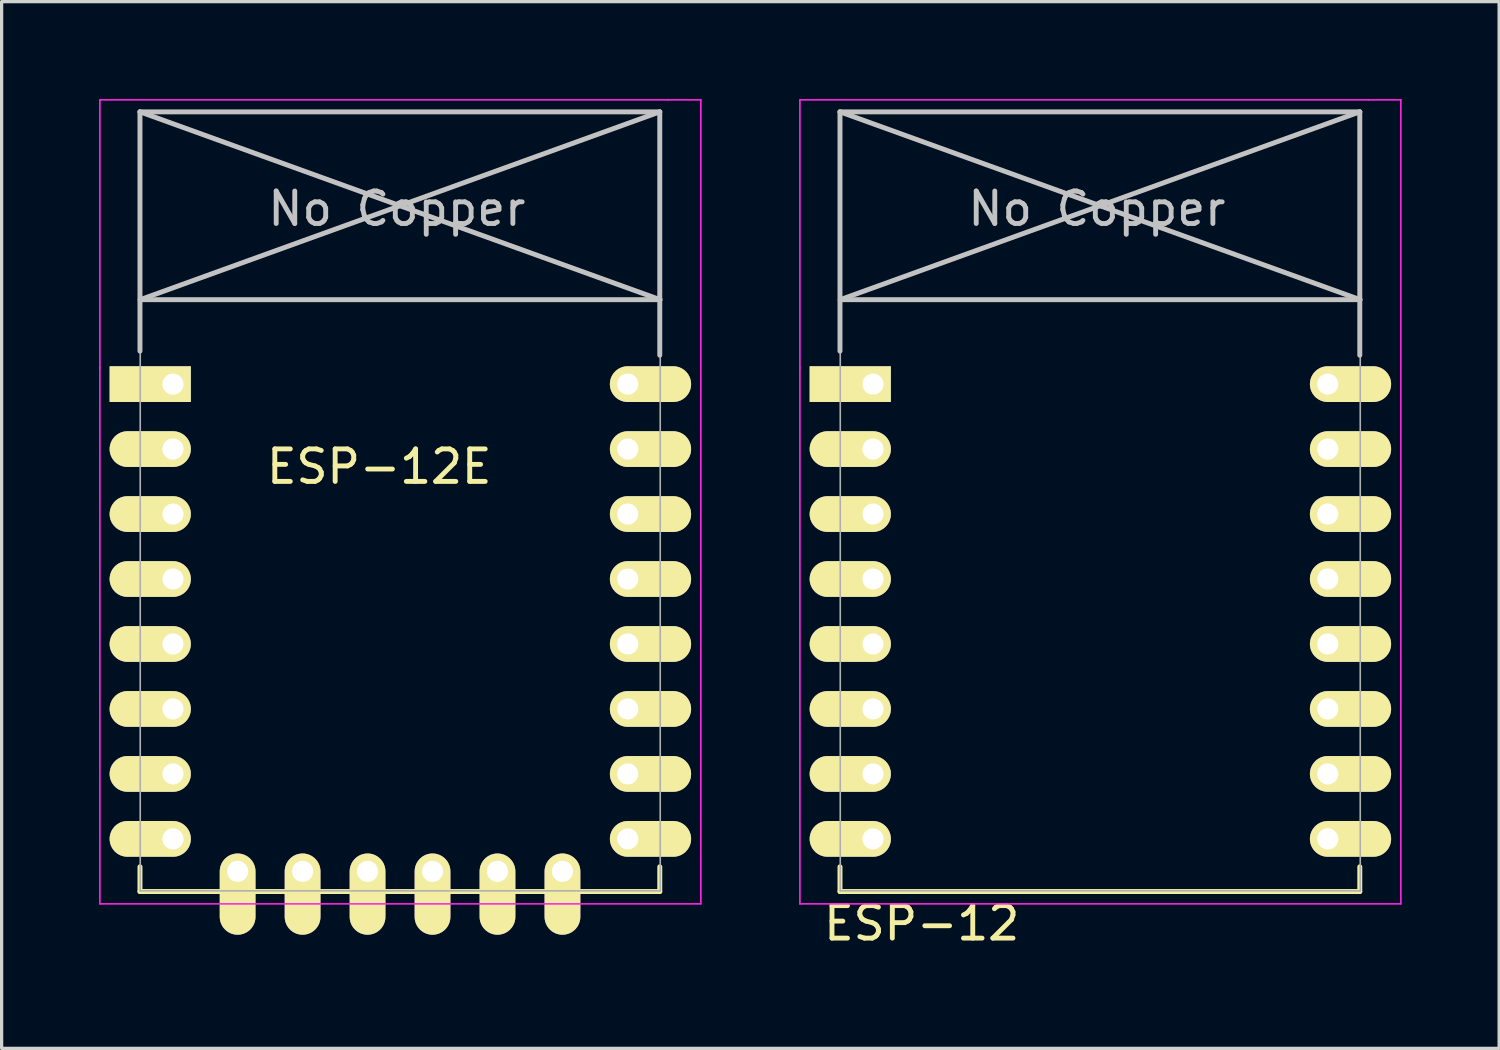
<source format=kicad_pcb>
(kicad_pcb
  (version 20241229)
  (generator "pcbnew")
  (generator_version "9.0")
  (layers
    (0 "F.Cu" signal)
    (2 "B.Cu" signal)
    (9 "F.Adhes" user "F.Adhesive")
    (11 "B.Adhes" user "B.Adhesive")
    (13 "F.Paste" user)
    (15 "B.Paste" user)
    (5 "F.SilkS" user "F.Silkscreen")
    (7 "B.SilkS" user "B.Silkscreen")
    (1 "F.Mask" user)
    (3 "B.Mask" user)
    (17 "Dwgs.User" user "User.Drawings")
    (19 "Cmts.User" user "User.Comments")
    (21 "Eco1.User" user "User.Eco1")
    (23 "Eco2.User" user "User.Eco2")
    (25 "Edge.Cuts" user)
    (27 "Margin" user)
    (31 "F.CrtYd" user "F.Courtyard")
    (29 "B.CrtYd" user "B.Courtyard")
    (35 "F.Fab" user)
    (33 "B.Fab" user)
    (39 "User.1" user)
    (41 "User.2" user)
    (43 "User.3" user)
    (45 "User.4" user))
  (footprint "ESP-12"
    (layer "F.Cu")
    (at 23.825 8.775)
    (property "Reference" "ESP-12" (at 1.5 16.6 0) (layer "F.SilkS") (effects (font (size 1 1) (thickness 0.15))))
    (attr through_hole)
    (fp_line (start -1.016 14.859) (end -1.016 15.621) (stroke (width 0.152) (type solid)) (layer "F.SilkS"))
    (fp_line (start -1.016 15.621) (end 14.986 15.621) (stroke (width 0.152) (type solid)) (layer "F.SilkS"))
    (fp_line (start 14.986 15.621) (end 14.986 14.859) (stroke (width 0.152) (type solid)) (layer "F.SilkS"))
    (fp_line (start -1.016 -8.382) (end -1.016 -1.016) (stroke (width 0.152) (type solid)) (layer "Dwgs.User"))
    (fp_line (start -1.016 -8.382) (end 14.986 -8.382) (stroke (width 0.152) (type solid)) (layer "Dwgs.User"))
    (fp_line (start -1.016 -8.382) (end 14.992 -2.6) (stroke (width 0.152) (type solid)) (layer "Dwgs.User"))
    (fp_line (start -1.008 -2.6) (end 14.992 -2.6) (stroke (width 0.152) (type solid)) (layer "Dwgs.User"))
    (fp_line (start 14.986 -8.382) (end -1.008 -2.6) (stroke (width 0.152) (type solid)) (layer "Dwgs.User"))
    (fp_line (start 14.986 -8.382) (end 14.986 -0.889) (stroke (width 0.152) (type solid)) (layer "Dwgs.User"))
    (fp_line (start -2.25 -8.75) (end 15.25 -8.75) (stroke (width 0.05) (type solid)) (layer "F.CrtYd"))
    (fp_line (start -2.25 -0.5) (end -2.25 -8.75) (stroke (width 0.05) (type solid)) (layer "F.CrtYd"))
    (fp_line (start -2.25 16) (end -2.25 -0.5) (stroke (width 0.05) (type solid)) (layer "F.CrtYd"))
    (fp_line (start 15.25 -8.75) (end 16.25 -8.75) (stroke (width 0.05) (type solid)) (layer "F.CrtYd"))
    (fp_line (start 16.25 -8.75) (end 16.25 16) (stroke (width 0.05) (type solid)) (layer "F.CrtYd"))
    (fp_line (start 16.25 16) (end -2.25 16) (stroke (width 0.05) (type solid)) (layer "F.CrtYd"))
    (fp_line (start -1.008 -8.4) (end 14.992 -8.4) (stroke (width 0.05) (type solid)) (layer "F.Fab"))
    (fp_line (start -1.008 15.6) (end -1.008 -8.4) (stroke (width 0.05) (type solid)) (layer "F.Fab"))
    (fp_line (start 14.992 15.6) (end -1.008 15.6) (stroke (width 0.05) (type solid)) (layer "F.Fab"))
    (fp_line (start 15 -8.4) (end 15 15.6) (stroke (width 0.05) (type solid)) (layer "F.Fab"))
    (fp_text user "No Copper" (at 6.892 -5.4 0) (layer "Dwgs.User") (effects (font (size 1 1) (thickness 0.15))))
    (pad "1" thru_hole rect (at 0 0) (size 2.5 1.1) (drill 0.65 (offset -0.7 0)) (layers "*.Cu" "*.Mask" "F.SilkS"))
    (pad "2" thru_hole oval (at 0 2) (size 2.5 1.1) (drill 0.65 (offset -0.7 0)) (layers "*.Cu" "*.Mask" "F.SilkS"))
    (pad "3" thru_hole oval (at 0 4) (size 2.5 1.1) (drill 0.65 (offset -0.7 0)) (layers "*.Cu" "*.Mask" "F.SilkS"))
    (pad "4" thru_hole oval (at 0 6) (size 2.5 1.1) (drill 0.65 (offset -0.7 0)) (layers "*.Cu" "*.Mask" "F.SilkS"))
    (pad "5" thru_hole oval (at 0 8) (size 2.5 1.1) (drill 0.65 (offset -0.7 0)) (layers "*.Cu" "*.Mask" "F.SilkS"))
    (pad "6" thru_hole oval (at 0 10) (size 2.5 1.1) (drill 0.65 (offset -0.7 0)) (layers "*.Cu" "*.Mask" "F.SilkS"))
    (pad "7" thru_hole oval (at 0 12) (size 2.5 1.1) (drill 0.65 (offset -0.7 0)) (layers "*.Cu" "*.Mask" "F.SilkS"))
    (pad "8" thru_hole oval (at 0 14) (size 2.5 1.1) (drill 0.65 (offset -0.7 0)) (layers "*.Cu" "*.Mask" "F.SilkS"))
    (pad "9" thru_hole oval (at 14 14) (size 2.5 1.1) (drill 0.65 (offset 0.7 0)) (layers "*.Cu" "*.Mask" "F.SilkS"))
    (pad "10" thru_hole oval (at 14 12) (size 2.5 1.1) (drill 0.65 (offset 0.7 0)) (layers "*.Cu" "*.Mask" "F.SilkS"))
    (pad "11" thru_hole oval (at 14 10) (size 2.5 1.1) (drill 0.65 (offset 0.7 0)) (layers "*.Cu" "*.Mask" "F.SilkS"))
    (pad "12" thru_hole oval (at 14 8) (size 2.5 1.1) (drill 0.65 (offset 0.7 0)) (layers "*.Cu" "*.Mask" "F.SilkS"))
    (pad "13" thru_hole oval (at 14 6) (size 2.5 1.1) (drill 0.65 (offset 0.7 0)) (layers "*.Cu" "*.Mask" "F.SilkS"))
    (pad "14" thru_hole oval (at 14 4) (size 2.5 1.1) (drill 0.65 (offset 0.7 0)) (layers "*.Cu" "*.Mask" "F.SilkS"))
    (pad "15" thru_hole oval (at 14 2) (size 2.5 1.1) (drill 0.65 (offset 0.7 0)) (layers "*.Cu" "*.Mask" "F.SilkS"))
    (pad "16" thru_hole oval (at 14 0) (size 2.5 1.1) (drill 0.65 (offset 0.7 0)) (layers "*.Cu" "*.Mask" "F.SilkS")))
  (footprint "ESP-12E"
    (layer "F.Cu")
    (at 2.275 8.775)
    (property "Reference" "ESP-12E" (at 6.35 2.54 0) (layer "F.SilkS") (effects (font (size 1 1) (thickness 0.15))))
    (attr through_hole)
    (fp_line (start -1.016 14.859) (end -1.016 15.621) (stroke (width 0.152) (type solid)) (layer "F.SilkS"))
    (fp_line (start -1.016 15.621) (end 14.986 15.621) (stroke (width 0.152) (type solid)) (layer "F.SilkS"))
    (fp_line (start 14.986 15.621) (end 14.986 14.859) (stroke (width 0.152) (type solid)) (layer "F.SilkS"))
    (fp_line (start -1.016 -8.382) (end -1.016 -1.016) (stroke (width 0.152) (type solid)) (layer "Dwgs.User"))
    (fp_line (start -1.016 -8.382) (end 14.986 -8.382) (stroke (width 0.152) (type solid)) (layer "Dwgs.User"))
    (fp_line (start -1.016 -8.382) (end 14.992 -2.6) (stroke (width 0.152) (type solid)) (layer "Dwgs.User"))
    (fp_line (start -1.008 -2.6) (end 14.992 -2.6) (stroke (width 0.152) (type solid)) (layer "Dwgs.User"))
    (fp_line (start 14.986 -8.382) (end -1.008 -2.6) (stroke (width 0.152) (type solid)) (layer "Dwgs.User"))
    (fp_line (start 14.986 -8.382) (end 14.986 -0.889) (stroke (width 0.152) (type solid)) (layer "Dwgs.User"))
    (fp_line (start -2.25 -8.75) (end 15.25 -8.75) (stroke (width 0.05) (type solid)) (layer "F.CrtYd"))
    (fp_line (start -2.25 -0.5) (end -2.25 -8.75) (stroke (width 0.05) (type solid)) (layer "F.CrtYd"))
    (fp_line (start -2.25 16) (end -2.25 -0.5) (stroke (width 0.05) (type solid)) (layer "F.CrtYd"))
    (fp_line (start 15.25 -8.75) (end 16.25 -8.75) (stroke (width 0.05) (type solid)) (layer "F.CrtYd"))
    (fp_line (start 16.25 -8.75) (end 16.25 16) (stroke (width 0.05) (type solid)) (layer "F.CrtYd"))
    (fp_line (start 16.25 16) (end -2.25 16) (stroke (width 0.05) (type solid)) (layer "F.CrtYd"))
    (fp_line (start -1.008 -8.4) (end 14.992 -8.4) (stroke (width 0.05) (type solid)) (layer "F.Fab"))
    (fp_line (start -1.008 15.6) (end -1.008 -8.4) (stroke (width 0.05) (type solid)) (layer "F.Fab"))
    (fp_line (start 14.992 15.6) (end -1.008 15.6) (stroke (width 0.05) (type solid)) (layer "F.Fab"))
    (fp_line (start 15 -8.4) (end 15 15.6) (stroke (width 0.05) (type solid)) (layer "F.Fab"))
    (fp_text user "No Copper" (at 6.892 -5.4 0) (layer "Dwgs.User") (effects (font (size 1 1) (thickness 0.15))))
    (pad "1" thru_hole rect (at 0 0) (size 2.5 1.1) (drill 0.65 (offset -0.7 0)) (layers "*.Cu" "*.Mask" "F.SilkS"))
    (pad "2" thru_hole oval (at 0 2) (size 2.5 1.1) (drill 0.65 (offset -0.7 0)) (layers "*.Cu" "*.Mask" "F.SilkS"))
    (pad "3" thru_hole oval (at 0 4) (size 2.5 1.1) (drill 0.65 (offset -0.7 0)) (layers "*.Cu" "*.Mask" "F.SilkS"))
    (pad "4" thru_hole oval (at 0 6) (size 2.5 1.1) (drill 0.65 (offset -0.7 0)) (layers "*.Cu" "*.Mask" "F.SilkS"))
    (pad "5" thru_hole oval (at 0 8) (size 2.5 1.1) (drill 0.65 (offset -0.7 0)) (layers "*.Cu" "*.Mask" "F.SilkS"))
    (pad "6" thru_hole oval (at 0 10) (size 2.5 1.1) (drill 0.65 (offset -0.7 0)) (layers "*.Cu" "*.Mask" "F.SilkS"))
    (pad "7" thru_hole oval (at 0 12) (size 2.5 1.1) (drill 0.65 (offset -0.7 0)) (layers "*.Cu" "*.Mask" "F.SilkS"))
    (pad "8" thru_hole oval (at 0 14) (size 2.5 1.1) (drill 0.65 (offset -0.7 0)) (layers "*.Cu" "*.Mask" "F.SilkS"))
    (pad "9" thru_hole oval (at 14 14) (size 2.5 1.1) (drill 0.65 (offset 0.7 0)) (layers "*.Cu" "*.Mask" "F.SilkS"))
    (pad "10" thru_hole oval (at 14 12) (size 2.5 1.1) (drill 0.65 (offset 0.7 0)) (layers "*.Cu" "*.Mask" "F.SilkS"))
    (pad "11" thru_hole oval (at 14 10) (size 2.5 1.1) (drill 0.65 (offset 0.7 0)) (layers "*.Cu" "*.Mask" "F.SilkS"))
    (pad "12" thru_hole oval (at 14 8) (size 2.5 1.1) (drill 0.65 (offset 0.7 0)) (layers "*.Cu" "*.Mask" "F.SilkS"))
    (pad "13" thru_hole oval (at 14 6) (size 2.5 1.1) (drill 0.65 (offset 0.7 0)) (layers "*.Cu" "*.Mask" "F.SilkS"))
    (pad "14" thru_hole oval (at 14 4) (size 2.5 1.1) (drill 0.65 (offset 0.7 0)) (layers "*.Cu" "*.Mask" "F.SilkS"))
    (pad "15" thru_hole oval (at 14 2) (size 2.5 1.1) (drill 0.65 (offset 0.7 0)) (layers "*.Cu" "*.Mask" "F.SilkS"))
    (pad "16" thru_hole oval (at 14 0) (size 2.5 1.1) (drill 0.65 (offset 0.7 0)) (layers "*.Cu" "*.Mask" "F.SilkS"))
    (pad "17" thru_hole oval (at 1.99 15 90) (size 2.5 1.1) (drill 0.65 (offset -0.7 0)) (layers "*.Cu" "*.Mask" "F.SilkS"))
    (pad "18" thru_hole oval (at 3.99 15 90) (size 2.5 1.1) (drill 0.65 (offset -0.7 0)) (layers "*.Cu" "*.Mask" "F.SilkS"))
    (pad "19" thru_hole oval (at 5.99 15 90) (size 2.5 1.1) (drill 0.65 (offset -0.7 0)) (layers "*.Cu" "*.Mask" "F.SilkS"))
    (pad "20" thru_hole oval (at 7.99 15 90) (size 2.5 1.1) (drill 0.65 (offset -0.7 0)) (layers "*.Cu" "*.Mask" "F.SilkS"))
    (pad "21" thru_hole oval (at 9.99 15 90) (size 2.5 1.1) (drill 0.65 (offset -0.7 0)) (layers "*.Cu" "*.Mask" "F.SilkS"))
    (pad "22" thru_hole oval (at 11.99 15 90) (size 2.5 1.1) (drill 0.65 (offset -0.7 0)) (layers "*.Cu" "*.Mask" "F.SilkS")))
  (gr_rect
    (start -3 -3)
    (end 43.1 29.223)
    (stroke (width 0.1) (type default))
    (fill no)
    (layer "Edge.Cuts")))
</source>
